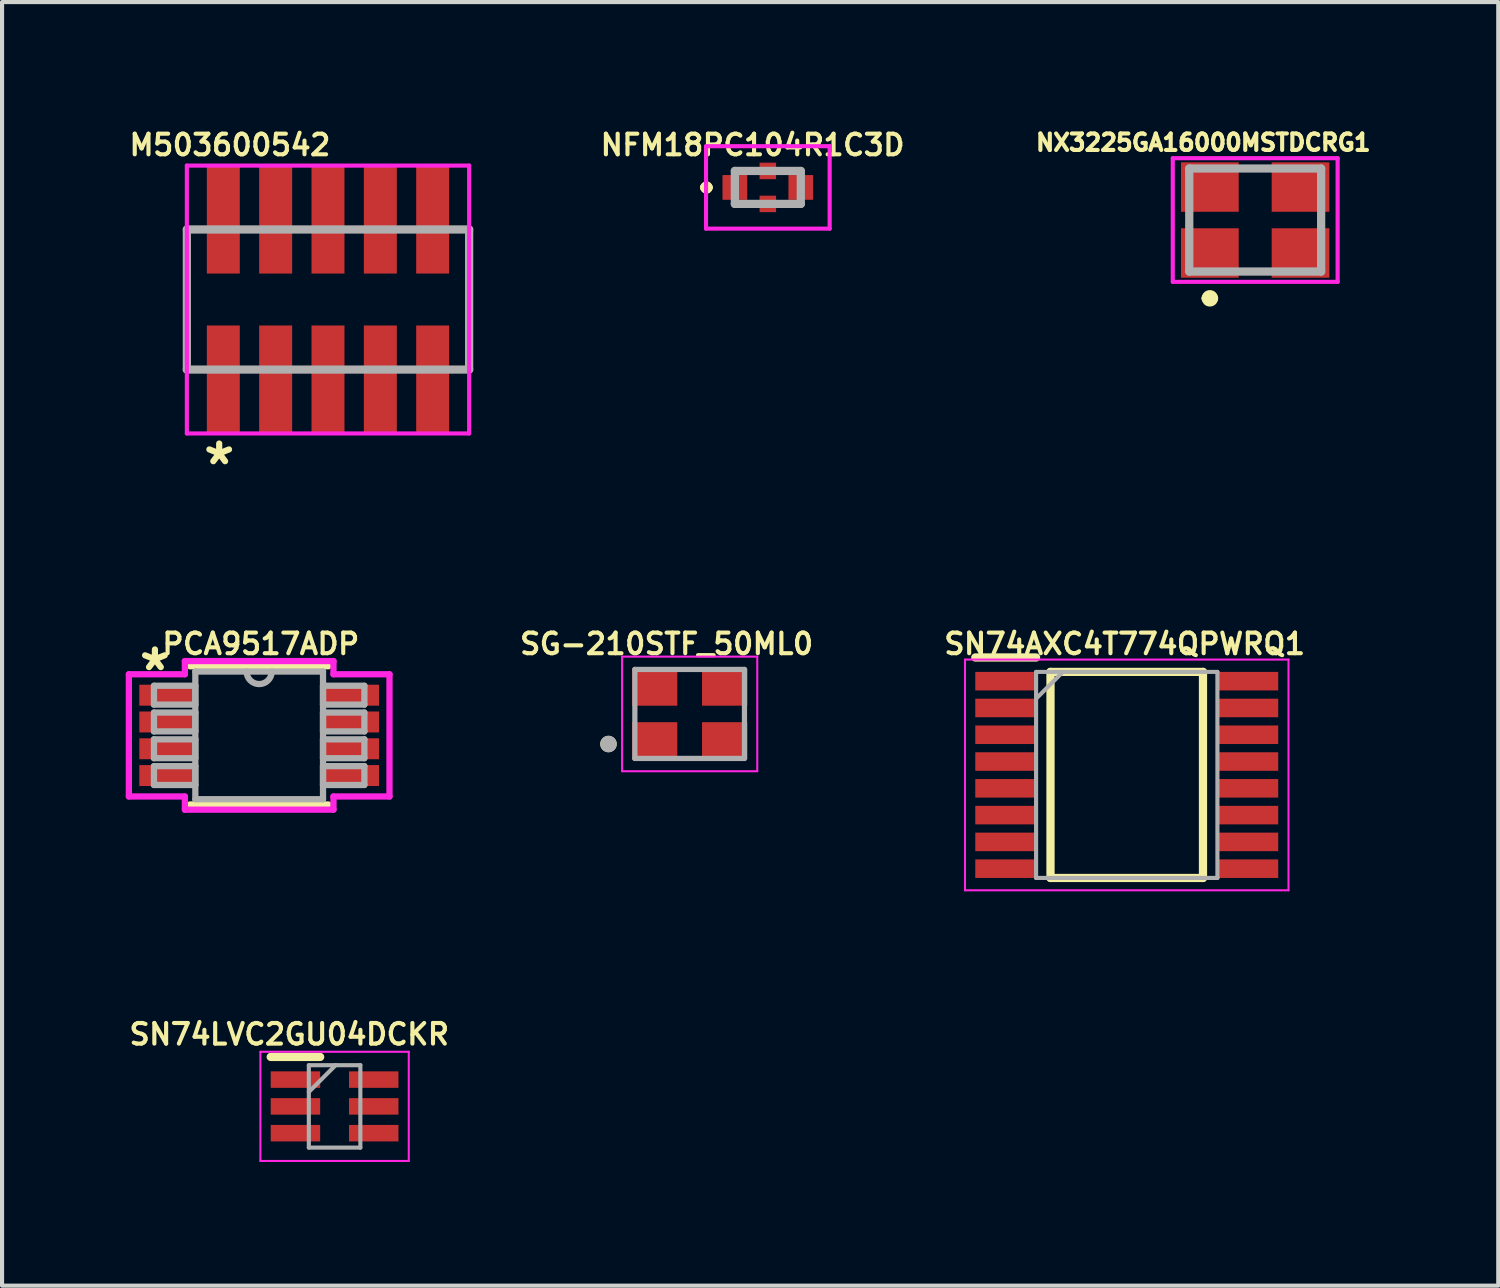
<source format=kicad_pcb>
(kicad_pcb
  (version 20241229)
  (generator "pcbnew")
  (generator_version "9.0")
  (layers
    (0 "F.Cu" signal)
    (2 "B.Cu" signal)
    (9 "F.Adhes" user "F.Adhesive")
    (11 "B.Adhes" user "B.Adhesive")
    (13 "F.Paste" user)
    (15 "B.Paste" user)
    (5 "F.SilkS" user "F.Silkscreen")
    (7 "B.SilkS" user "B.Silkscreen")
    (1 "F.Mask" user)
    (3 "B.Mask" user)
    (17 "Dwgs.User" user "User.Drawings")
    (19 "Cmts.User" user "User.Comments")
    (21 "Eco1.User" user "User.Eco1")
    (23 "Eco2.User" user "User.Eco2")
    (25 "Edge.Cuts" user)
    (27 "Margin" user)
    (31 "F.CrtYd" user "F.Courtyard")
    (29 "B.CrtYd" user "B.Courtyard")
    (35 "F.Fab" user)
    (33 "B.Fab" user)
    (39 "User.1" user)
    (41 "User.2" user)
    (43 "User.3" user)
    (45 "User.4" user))
  (footprint "SN74AXC4T774QPWRQ1"
    (layer "F.Cu")
    (at 24.291 15.754)
    (property "Reference" "SN74AXC4T774QPWRQ1" (at -0.05 -3.18 0) (layer "F.SilkS") (effects (font (size 0.5 0.5) (thickness 0.1))))
    (attr smd)
    (fp_line (start -3.675 -2.85) (end -2.2 -2.85) (stroke (width 0.2) (type solid)) (layer "F.SilkS"))
    (fp_line (start -1.85 -2.5) (end 1.85 -2.5) (stroke (width 0.2) (type solid)) (layer "F.SilkS"))
    (fp_line (start -1.85 2.5) (end -1.85 -2.5) (stroke (width 0.2) (type solid)) (layer "F.SilkS"))
    (fp_line (start 1.85 -2.5) (end 1.85 2.5) (stroke (width 0.2) (type solid)) (layer "F.SilkS"))
    (fp_line (start 1.85 2.5) (end -1.85 2.5) (stroke (width 0.2) (type solid)) (layer "F.SilkS"))
    (fp_line (start -3.925 -2.8) (end 3.925 -2.8) (stroke (width 0.05) (type solid)) (layer "F.CrtYd"))
    (fp_line (start -3.925 2.8) (end -3.925 -2.8) (stroke (width 0.05) (type solid)) (layer "F.CrtYd"))
    (fp_line (start 3.925 -2.8) (end 3.925 2.8) (stroke (width 0.05) (type solid)) (layer "F.CrtYd"))
    (fp_line (start 3.925 2.8) (end -3.925 2.8) (stroke (width 0.05) (type solid)) (layer "F.CrtYd"))
    (fp_line (start -2.2 -2.5) (end 2.2 -2.5) (stroke (width 0.1) (type solid)) (layer "F.Fab"))
    (fp_line (start -2.2 -1.85) (end -1.55 -2.5) (stroke (width 0.1) (type solid)) (layer "F.Fab"))
    (fp_line (start -2.2 2.5) (end -2.2 -2.5) (stroke (width 0.1) (type solid)) (layer "F.Fab"))
    (fp_line (start 2.2 -2.5) (end 2.2 2.5) (stroke (width 0.1) (type solid)) (layer "F.Fab"))
    (fp_line (start 2.2 2.5) (end -2.2 2.5) (stroke (width 0.1) (type solid)) (layer "F.Fab"))
    (pad "1" smd rect (at -2.938 -2.275 90) (size 0.45 1.475) (layers "F.Cu" "F.Mask" "F.Paste"))
    (pad "2" smd rect (at -2.938 -1.625 90) (size 0.45 1.475) (layers "F.Cu" "F.Mask" "F.Paste"))
    (pad "3" smd rect (at -2.938 -0.975 90) (size 0.45 1.475) (layers "F.Cu" "F.Mask" "F.Paste"))
    (pad "4" smd rect (at -2.938 -0.325 90) (size 0.45 1.475) (layers "F.Cu" "F.Mask" "F.Paste"))
    (pad "5" smd rect (at -2.938 0.325 90) (size 0.45 1.475) (layers "F.Cu" "F.Mask" "F.Paste"))
    (pad "6" smd rect (at -2.938 0.975 90) (size 0.45 1.475) (layers "F.Cu" "F.Mask" "F.Paste"))
    (pad "7" smd rect (at -2.938 1.625 90) (size 0.45 1.475) (layers "F.Cu" "F.Mask" "F.Paste"))
    (pad "8" smd rect (at -2.938 2.275 90) (size 0.45 1.475) (layers "F.Cu" "F.Mask" "F.Paste"))
    (pad "9" smd rect (at 2.938 2.275 90) (size 0.45 1.475) (layers "F.Cu" "F.Mask" "F.Paste"))
    (pad "10" smd rect (at 2.938 1.625 90) (size 0.45 1.475) (layers "F.Cu" "F.Mask" "F.Paste"))
    (pad "11" smd rect (at 2.938 0.975 90) (size 0.45 1.475) (layers "F.Cu" "F.Mask" "F.Paste"))
    (pad "12" smd rect (at 2.938 0.325 90) (size 0.45 1.475) (layers "F.Cu" "F.Mask" "F.Paste"))
    (pad "13" smd rect (at 2.938 -0.325 90) (size 0.45 1.475) (layers "F.Cu" "F.Mask" "F.Paste"))
    (pad "14" smd rect (at 2.938 -0.975 90) (size 0.45 1.475) (layers "F.Cu" "F.Mask" "F.Paste"))
    (pad "15" smd rect (at 2.938 -1.625 90) (size 0.45 1.475) (layers "F.Cu" "F.Mask" "F.Paste"))
    (pad "16" smd rect (at 2.938 -2.275 90) (size 0.45 1.475) (layers "F.Cu" "F.Mask" "F.Paste")))
  (footprint "M503600542"
    (layer "F.Cu")
    (at 4.909 4.218)
    (property "Reference" "M503600542" (at -2.38 -3.75 0) (layer "F.SilkS") (effects (font (size 0.5 0.5) (thickness 0.1))))
    (attr smd)
    (fp_line (start -3.425 -1.7) (end -3.425 1.7) (stroke (width 0.1) (type solid)) (layer "F.SilkS"))
    (fp_line (start 3.425 -1.7) (end 3.425 1.7) (stroke (width 0.1) (type solid)) (layer "F.SilkS"))
    (fp_line (start -3.425 -3.25) (end 3.425 -3.25) (stroke (width 0.1) (type solid)) (layer "F.CrtYd"))
    (fp_line (start -3.425 3.25) (end -3.425 -3.25) (stroke (width 0.1) (type solid)) (layer "F.CrtYd"))
    (fp_line (start 3.425 -3.25) (end 3.425 3.25) (stroke (width 0.1) (type solid)) (layer "F.CrtYd"))
    (fp_line (start 3.425 3.25) (end -3.425 3.25) (stroke (width 0.1) (type solid)) (layer "F.CrtYd"))
    (fp_line (start -3.425 -1.7) (end 3.425 -1.7) (stroke (width 0.2) (type solid)) (layer "F.Fab"))
    (fp_line (start -3.425 1.7) (end -3.425 -1.7) (stroke (width 0.2) (type solid)) (layer "F.Fab"))
    (fp_line (start 3.425 -1.7) (end 3.425 1.7) (stroke (width 0.2) (type solid)) (layer "F.Fab"))
    (fp_line (start 3.425 1.7) (end -3.425 1.7) (stroke (width 0.2) (type solid)) (layer "F.Fab"))
    (fp_text user "*" (at -2.64 4.04 0) (layer "F.SilkS") (effects (font (size 1 1) (thickness 0.15))))
    (pad "1" smd rect (at -2.54 1.94) (size 0.8 2.62) (layers "F.Cu" "F.Mask" "F.Paste"))
    (pad "2" smd rect (at -2.54 -1.94) (size 0.8 2.62) (layers "F.Cu" "F.Mask" "F.Paste"))
    (pad "3" smd rect (at -1.27 1.94) (size 0.8 2.62) (layers "F.Cu" "F.Mask" "F.Paste"))
    (pad "4" smd rect (at -1.27 -1.94) (size 0.8 2.62) (layers "F.Cu" "F.Mask" "F.Paste"))
    (pad "5" smd rect (at 0 1.94) (size 0.8 2.62) (layers "F.Cu" "F.Mask" "F.Paste"))
    (pad "6" smd rect (at 0 -1.94) (size 0.8 2.62) (layers "F.Cu" "F.Mask" "F.Paste"))
    (pad "7" smd rect (at 1.27 1.94) (size 0.8 2.62) (layers "F.Cu" "F.Mask" "F.Paste"))
    (pad "8" smd rect (at 1.27 -1.94) (size 0.8 2.62) (layers "F.Cu" "F.Mask" "F.Paste"))
    (pad "9" smd rect (at 2.54 1.94) (size 0.8 2.62) (layers "F.Cu" "F.Mask" "F.Paste"))
    (pad "10" smd rect (at 2.54 -1.94) (size 0.8 2.62) (layers "F.Cu" "F.Mask" "F.Paste")))
  (footprint "NFM18PC104R1C3D"
    (layer "F.Cu")
    (at 15.582 1.498)
    (property "Reference" "NFM18PC104R1C3D" (at -0.37 -1.03 0) (layer "F.SilkS") (effects (font (size 0.5 0.5) (thickness 0.1))))
    (attr smd)
    (fp_line (start -1.54 0) (end -1.54 0) (stroke (width 0.2) (type solid)) (layer "F.SilkS"))
    (fp_line (start -1.54 0) (end -1.54 0) (stroke (width 0.2) (type solid)) (layer "F.SilkS"))
    (fp_line (start -1.44 0) (end -1.44 0) (stroke (width 0.2) (type solid)) (layer "F.SilkS"))
    (fp_arc (start -1.54 0) (mid -1.49 -0.05) (end -1.44 0) (stroke (width 0.2) (type solid)) (layer "F.SilkS"))
    (fp_arc (start -1.44 0) (mid -1.49 0.05) (end -1.54 0) (stroke (width 0.2) (type solid)) (layer "F.SilkS"))
    (fp_arc (start -1.44 0) (mid -1.49 0.05) (end -1.54 0) (stroke (width 0.2) (type solid)) (layer "F.SilkS"))
    (fp_line (start -1.5 -1) (end 1.5 -1) (stroke (width 0.1) (type solid)) (layer "F.CrtYd"))
    (fp_line (start -1.5 1) (end -1.5 -1) (stroke (width 0.1) (type solid)) (layer "F.CrtYd"))
    (fp_line (start 1.5 -1) (end 1.5 1) (stroke (width 0.1) (type solid)) (layer "F.CrtYd"))
    (fp_line (start 1.5 1) (end -1.5 1) (stroke (width 0.1) (type solid)) (layer "F.CrtYd"))
    (fp_line (start -0.8 -0.4) (end -0.8 0.4) (stroke (width 0.2) (type solid)) (layer "F.Fab"))
    (fp_line (start -0.8 0.4) (end 0.8 0.4) (stroke (width 0.2) (type solid)) (layer "F.Fab"))
    (fp_line (start 0.8 -0.4) (end -0.8 -0.4) (stroke (width 0.2) (type solid)) (layer "F.Fab"))
    (fp_line (start 0.8 0.4) (end 0.8 -0.4) (stroke (width 0.2) (type solid)) (layer "F.Fab"))
    (pad "1" smd rect (at -0.8 0 90) (size 0.6 0.6) (layers "F.Cu" "F.Mask" "F.Paste"))
    (pad "3" smd rect (at 0.8 0 90) (size 0.6 0.6) (layers "F.Cu" "F.Mask" "F.Paste"))
    (pad "A2" smd rect (at 0 -0.4 90) (size 0.4 0.4) (layers "F.Cu" "F.Mask" "F.Paste"))
    (pad "A2" smd rect (at 0 0.4 90) (size 0.4 0.4) (layers "F.Cu" "F.Mask" "F.Paste")))
  (footprint "NX3225GA16000MSTDCRG1"
    (layer "F.Cu")
    (at 27.408 2.289)
    (property "Reference" "NX3225GA16000MSTDCRG1" (at -1.26 -1.88 0) (layer "F.SilkS") (effects (font (size 0.4 0.4) (thickness 0.1))))
    (attr smd)
    (fp_line (start -1.2 1.9) (end -1.2 1.9) (stroke (width 0.2) (type solid)) (layer "F.SilkS"))
    (fp_line (start -1 1.9) (end -1 1.9) (stroke (width 0.2) (type solid)) (layer "F.SilkS"))
    (fp_arc (start -1.2 1.9) (mid -1.1 1.8) (end -1 1.9) (stroke (width 0.2) (type solid)) (layer "F.SilkS"))
    (fp_arc (start -1 1.9) (mid -1.1 2) (end -1.2 1.9) (stroke (width 0.2) (type solid)) (layer "F.SilkS"))
    (fp_line (start -2 -1.5) (end 2 -1.5) (stroke (width 0.1) (type solid)) (layer "F.CrtYd"))
    (fp_line (start -2 1.5) (end -2 -1.5) (stroke (width 0.1) (type solid)) (layer "F.CrtYd"))
    (fp_line (start 2 -1.5) (end 2 1.5) (stroke (width 0.1) (type solid)) (layer "F.CrtYd"))
    (fp_line (start 2 1.5) (end -2 1.5) (stroke (width 0.1) (type solid)) (layer "F.CrtYd"))
    (fp_line (start -1.6 -1.25) (end 1.6 -1.25) (stroke (width 0.2) (type solid)) (layer "F.Fab"))
    (fp_line (start -1.6 1.25) (end -1.6 -1.25) (stroke (width 0.2) (type solid)) (layer "F.Fab"))
    (fp_line (start 1.6 -1.25) (end 1.6 1.25) (stroke (width 0.2) (type solid)) (layer "F.Fab"))
    (fp_line (start 1.6 1.25) (end -1.6 1.25) (stroke (width 0.2) (type solid)) (layer "F.Fab"))
    (pad "1" smd rect (at -1.1 0.8 90) (size 1.2 1.4) (layers "F.Cu" "F.Mask" "F.Paste"))
    (pad "2" smd rect (at 1.1 0.8 90) (size 1.2 1.4) (layers "F.Cu" "F.Mask" "F.Paste"))
    (pad "3" smd rect (at 1.1 -0.8 90) (size 1.2 1.4) (layers "F.Cu" "F.Mask" "F.Paste"))
    (pad "4" smd rect (at -1.1 -0.8 90) (size 1.2 1.4) (layers "F.Cu" "F.Mask" "F.Paste")))
  (footprint "SN74LVC2GU04DCKR"
    (layer "F.Cu")
    (at 5.069 23.797)
    (property "Reference" "SN74LVC2GU04DCKR" (at -1.1 -1.75 0) (layer "F.SilkS") (effects (font (size 0.5 0.5) (thickness 0.1))))
    (attr smd)
    (fp_line (start -1.55 -1.2) (end -0.35 -1.2) (stroke (width 0.2) (type solid)) (layer "F.SilkS"))
    (fp_line (start -1.8 -1.325) (end 1.8 -1.325) (stroke (width 0.05) (type solid)) (layer "F.CrtYd"))
    (fp_line (start -1.8 1.325) (end -1.8 -1.325) (stroke (width 0.05) (type solid)) (layer "F.CrtYd"))
    (fp_line (start 1.8 -1.325) (end 1.8 1.325) (stroke (width 0.05) (type solid)) (layer "F.CrtYd"))
    (fp_line (start 1.8 1.325) (end -1.8 1.325) (stroke (width 0.05) (type solid)) (layer "F.CrtYd"))
    (fp_line (start -0.625 -1) (end 0.625 -1) (stroke (width 0.1) (type solid)) (layer "F.Fab"))
    (fp_line (start -0.625 -0.35) (end 0.025 -1) (stroke (width 0.1) (type solid)) (layer "F.Fab"))
    (fp_line (start -0.625 1) (end -0.625 -1) (stroke (width 0.1) (type solid)) (layer "F.Fab"))
    (fp_line (start 0.625 -1) (end 0.625 1) (stroke (width 0.1) (type solid)) (layer "F.Fab"))
    (fp_line (start 0.625 1) (end -0.625 1) (stroke (width 0.1) (type solid)) (layer "F.Fab"))
    (pad "1" smd rect (at -0.95 -0.65 90) (size 0.4 1.2) (layers "F.Cu" "F.Mask" "F.Paste"))
    (pad "2" smd rect (at -0.95 0 90) (size 0.4 1.2) (layers "F.Cu" "F.Mask" "F.Paste"))
    (pad "3" smd rect (at -0.95 0.65 90) (size 0.4 1.2) (layers "F.Cu" "F.Mask" "F.Paste"))
    (pad "4" smd rect (at 0.95 0.65 90) (size 0.4 1.2) (layers "F.Cu" "F.Mask" "F.Paste"))
    (pad "5" smd rect (at 0.95 0 90) (size 0.4 1.2) (layers "F.Cu" "F.Mask" "F.Paste"))
    (pad "6" smd rect (at 0.95 -0.65 90) (size 0.4 1.2) (layers "F.Cu" "F.Mask" "F.Paste")))
  (footprint "PCA9517ADP"
    (layer "F.Cu")
    (at 3.239 14.794)
    (property "Reference" "PCA9517ADP" (at 0.04 -2.22 0) (layer "F.SilkS") (effects (font (size 0.5 0.5) (thickness 0.1))))
    (attr through_hole)
    (fp_line (start -1.676 1.676) (end 1.676 1.676) (stroke (width 0.152) (type solid)) (layer "F.SilkS"))
    (fp_line (start 1.676 -1.676) (end -1.676 -1.676) (stroke (width 0.152) (type solid)) (layer "F.SilkS"))
    (fp_line (start -3.162 -1.483) (end -1.803 -1.483) (stroke (width 0.152) (type solid)) (layer "F.CrtYd"))
    (fp_line (start -3.162 1.483) (end -3.162 -1.483) (stroke (width 0.152) (type solid)) (layer "F.CrtYd"))
    (fp_line (start -1.803 -1.803) (end 1.803 -1.803) (stroke (width 0.152) (type solid)) (layer "F.CrtYd"))
    (fp_line (start -1.803 -1.483) (end -1.803 -1.803) (stroke (width 0.152) (type solid)) (layer "F.CrtYd"))
    (fp_line (start -1.803 1.483) (end -3.162 1.483) (stroke (width 0.152) (type solid)) (layer "F.CrtYd"))
    (fp_line (start -1.803 1.803) (end -1.803 1.483) (stroke (width 0.152) (type solid)) (layer "F.CrtYd"))
    (fp_line (start 1.803 -1.803) (end 1.803 -1.483) (stroke (width 0.152) (type solid)) (layer "F.CrtYd"))
    (fp_line (start 1.803 -1.483) (end 3.162 -1.483) (stroke (width 0.152) (type solid)) (layer "F.CrtYd"))
    (fp_line (start 1.803 1.483) (end 1.803 1.803) (stroke (width 0.152) (type solid)) (layer "F.CrtYd"))
    (fp_line (start 1.803 1.803) (end -1.803 1.803) (stroke (width 0.152) (type solid)) (layer "F.CrtYd"))
    (fp_line (start 3.162 -1.483) (end 3.162 1.483) (stroke (width 0.152) (type solid)) (layer "F.CrtYd"))
    (fp_line (start 3.162 1.483) (end 1.803 1.483) (stroke (width 0.152) (type solid)) (layer "F.CrtYd"))
    (fp_line (start -2.553 -1.204) (end -2.553 -0.746) (stroke (width 0.152) (type solid)) (layer "F.Fab"))
    (fp_line (start -2.553 -0.746) (end -1.549 -0.746) (stroke (width 0.152) (type solid)) (layer "F.Fab"))
    (fp_line (start -2.553 -0.554) (end -2.553 -0.096) (stroke (width 0.152) (type solid)) (layer "F.Fab"))
    (fp_line (start -2.553 -0.096) (end -1.549 -0.096) (stroke (width 0.152) (type solid)) (layer "F.Fab"))
    (fp_line (start -2.553 0.096) (end -2.553 0.554) (stroke (width 0.152) (type solid)) (layer "F.Fab"))
    (fp_line (start -2.553 0.554) (end -1.549 0.554) (stroke (width 0.152) (type solid)) (layer "F.Fab"))
    (fp_line (start -2.553 0.746) (end -2.553 1.204) (stroke (width 0.152) (type solid)) (layer "F.Fab"))
    (fp_line (start -2.553 1.204) (end -1.549 1.204) (stroke (width 0.152) (type solid)) (layer "F.Fab"))
    (fp_line (start -1.549 -1.549) (end -1.549 1.549) (stroke (width 0.152) (type solid)) (layer "F.Fab"))
    (fp_line (start -1.549 -1.204) (end -2.553 -1.204) (stroke (width 0.152) (type solid)) (layer "F.Fab"))
    (fp_line (start -1.549 -0.746) (end -1.549 -1.204) (stroke (width 0.152) (type solid)) (layer "F.Fab"))
    (fp_line (start -1.549 -0.554) (end -2.553 -0.554) (stroke (width 0.152) (type solid)) (layer "F.Fab"))
    (fp_line (start -1.549 -0.096) (end -1.549 -0.554) (stroke (width 0.152) (type solid)) (layer "F.Fab"))
    (fp_line (start -1.549 0.096) (end -2.553 0.096) (stroke (width 0.152) (type solid)) (layer "F.Fab"))
    (fp_line (start -1.549 0.554) (end -1.549 0.096) (stroke (width 0.152) (type solid)) (layer "F.Fab"))
    (fp_line (start -1.549 0.746) (end -2.553 0.746) (stroke (width 0.152) (type solid)) (layer "F.Fab"))
    (fp_line (start -1.549 1.204) (end -1.549 0.746) (stroke (width 0.152) (type solid)) (layer "F.Fab"))
    (fp_line (start -1.549 1.549) (end 1.549 1.549) (stroke (width 0.152) (type solid)) (layer "F.Fab"))
    (fp_line (start 1.549 -1.549) (end -1.549 -1.549) (stroke (width 0.152) (type solid)) (layer "F.Fab"))
    (fp_line (start 1.549 -1.204) (end 1.549 -0.746) (stroke (width 0.152) (type solid)) (layer "F.Fab"))
    (fp_line (start 1.549 -0.746) (end 2.553 -0.746) (stroke (width 0.152) (type solid)) (layer "F.Fab"))
    (fp_line (start 1.549 -0.554) (end 1.549 -0.096) (stroke (width 0.152) (type solid)) (layer "F.Fab"))
    (fp_line (start 1.549 -0.096) (end 2.553 -0.096) (stroke (width 0.152) (type solid)) (layer "F.Fab"))
    (fp_line (start 1.549 0.096) (end 1.549 0.554) (stroke (width 0.152) (type solid)) (layer "F.Fab"))
    (fp_line (start 1.549 0.554) (end 2.553 0.554) (stroke (width 0.152) (type solid)) (layer "F.Fab"))
    (fp_line (start 1.549 0.746) (end 1.549 1.204) (stroke (width 0.152) (type solid)) (layer "F.Fab"))
    (fp_line (start 1.549 1.204) (end 2.553 1.204) (stroke (width 0.152) (type solid)) (layer "F.Fab"))
    (fp_line (start 1.549 1.549) (end 1.549 -1.549) (stroke (width 0.152) (type solid)) (layer "F.Fab"))
    (fp_line (start 2.553 -1.204) (end 1.549 -1.204) (stroke (width 0.152) (type solid)) (layer "F.Fab"))
    (fp_line (start 2.553 -0.746) (end 2.553 -1.204) (stroke (width 0.152) (type solid)) (layer "F.Fab"))
    (fp_line (start 2.553 -0.554) (end 1.549 -0.554) (stroke (width 0.152) (type solid)) (layer "F.Fab"))
    (fp_line (start 2.553 -0.096) (end 2.553 -0.554) (stroke (width 0.152) (type solid)) (layer "F.Fab"))
    (fp_line (start 2.553 0.096) (end 1.549 0.096) (stroke (width 0.152) (type solid)) (layer "F.Fab"))
    (fp_line (start 2.553 0.554) (end 2.553 0.096) (stroke (width 0.152) (type solid)) (layer "F.Fab"))
    (fp_line (start 2.553 0.746) (end 1.549 0.746) (stroke (width 0.152) (type solid)) (layer "F.Fab"))
    (fp_line (start 2.553 1.204) (end 2.553 0.746) (stroke (width 0.152) (type solid)) (layer "F.Fab"))
    (fp_arc (start 0.3048 -1.5494) (mid 0 -1.2446) (end -0.3048 -1.5494) (stroke (width 0.1524) (type solid)) (layer "F.Fab"))
    (fp_text user "*" (at -2.53 -1.54 0) (layer "F.SilkS") (effects (font (size 1 1) (thickness 0.15))))
    (pad "1" smd rect (at -2.197 -0.975) (size 1.422 0.508) (layers "F.Cu" "F.Mask" "F.Paste"))
    (pad "2" smd rect (at -2.197 -0.325) (size 1.422 0.508) (layers "F.Cu" "F.Mask" "F.Paste"))
    (pad "3" smd rect (at -2.197 0.325) (size 1.422 0.508) (layers "F.Cu" "F.Mask" "F.Paste"))
    (pad "4" smd rect (at -2.197 0.975) (size 1.422 0.508) (layers "F.Cu" "F.Mask" "F.Paste"))
    (pad "5" smd rect (at 2.197 0.975) (size 1.422 0.508) (layers "F.Cu" "F.Mask" "F.Paste"))
    (pad "6" smd rect (at 2.197 0.325) (size 1.422 0.508) (layers "F.Cu" "F.Mask" "F.Paste"))
    (pad "7" smd rect (at 2.197 -0.325) (size 1.422 0.508) (layers "F.Cu" "F.Mask" "F.Paste"))
    (pad "8" smd rect (at 2.197 -0.975) (size 1.422 0.508) (layers "F.Cu" "F.Mask" "F.Paste")))
  (footprint "SG-210STF_50ML0"
    (layer "F.Cu")
    (at 13.685 14.274)
    (property "Reference" "SG-210STF_50ML0" (at -0.56 -1.7 0) (layer "F.SilkS") (effects (font (size 0.5 0.5) (thickness 0.1))))
    (attr through_hole)
    (fp_circle (center -1.97 0.73) (end -1.87 0.73) (stroke (width 0.2) (type solid)) (fill no) (layer "F.SilkS"))
    (fp_line (start -1.64 -1.39) (end 1.64 -1.39) (stroke (width 0.05) (type solid)) (layer "F.CrtYd"))
    (fp_line (start -1.64 1.39) (end -1.64 -1.39) (stroke (width 0.05) (type solid)) (layer "F.CrtYd"))
    (fp_line (start 1.64 -1.39) (end 1.64 1.39) (stroke (width 0.05) (type solid)) (layer "F.CrtYd"))
    (fp_line (start 1.64 1.39) (end -1.64 1.39) (stroke (width 0.05) (type solid)) (layer "F.CrtYd"))
    (fp_line (start -1.33 -1.08) (end -1.33 1.08) (stroke (width 0.127) (type solid)) (layer "F.Fab"))
    (fp_line (start -1.33 1.08) (end 1.33 1.08) (stroke (width 0.127) (type solid)) (layer "F.Fab"))
    (fp_line (start 1.33 -1.08) (end -1.33 -1.08) (stroke (width 0.127) (type solid)) (layer "F.Fab"))
    (fp_line (start 1.33 1.08) (end 1.33 -1.08) (stroke (width 0.127) (type solid)) (layer "F.Fab"))
    (fp_circle (center -1.97 0.73) (end -1.87 0.73) (stroke (width 0.2) (type solid)) (fill no) (layer "F.Fab"))
    (pad "1" smd rect (at -0.85 0.65) (size 1.1 0.9) (layers "F.Cu" "F.Mask" "F.Paste"))
    (pad "2" smd rect (at 0.85 0.65) (size 1.1 0.9) (layers "F.Cu" "F.Mask" "F.Paste"))
    (pad "3" smd rect (at 0.85 -0.65) (size 1.1 0.9) (layers "F.Cu" "F.Mask" "F.Paste"))
    (pad "4" smd rect (at -0.85 -0.65) (size 1.1 0.9) (layers "F.Cu" "F.Mask" "F.Paste")))
  (gr_rect
    (start -3 -3)
    (end 33.306 28.147)
    (stroke (width 0.1) (type default))
    (fill no)
    (layer "Edge.Cuts")))
</source>
